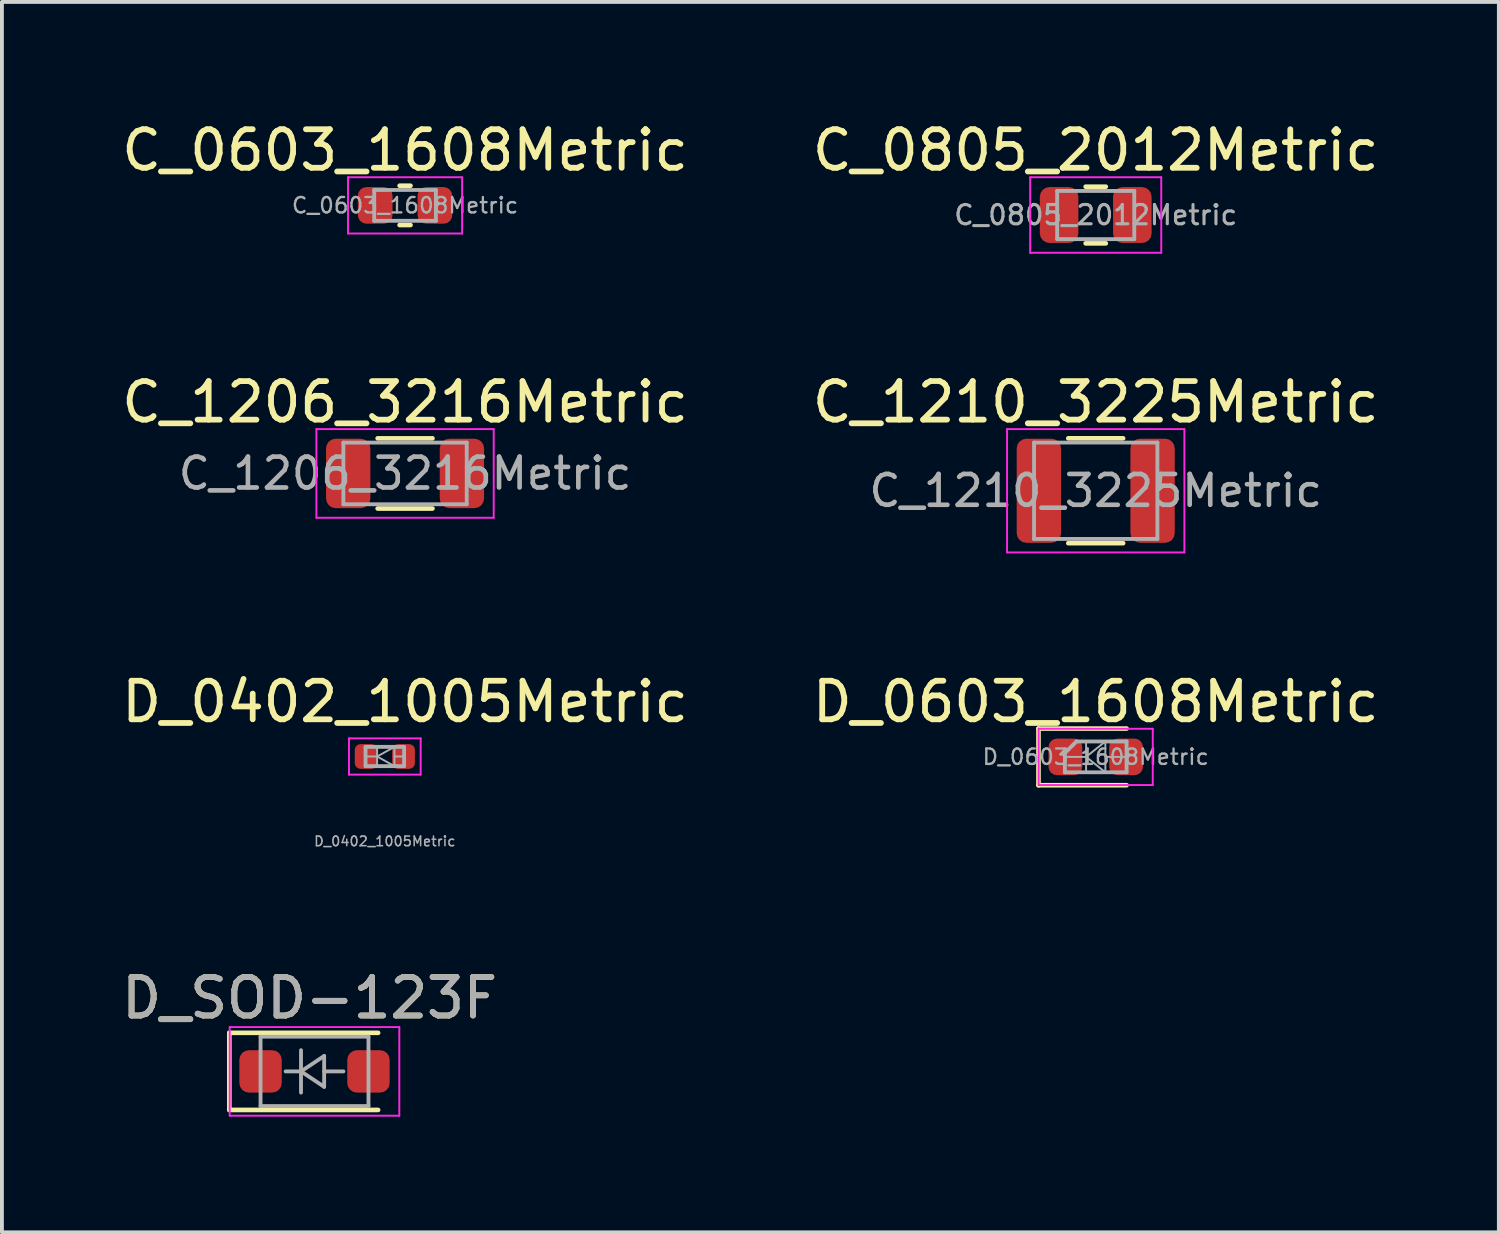
<source format=kicad_pcb>
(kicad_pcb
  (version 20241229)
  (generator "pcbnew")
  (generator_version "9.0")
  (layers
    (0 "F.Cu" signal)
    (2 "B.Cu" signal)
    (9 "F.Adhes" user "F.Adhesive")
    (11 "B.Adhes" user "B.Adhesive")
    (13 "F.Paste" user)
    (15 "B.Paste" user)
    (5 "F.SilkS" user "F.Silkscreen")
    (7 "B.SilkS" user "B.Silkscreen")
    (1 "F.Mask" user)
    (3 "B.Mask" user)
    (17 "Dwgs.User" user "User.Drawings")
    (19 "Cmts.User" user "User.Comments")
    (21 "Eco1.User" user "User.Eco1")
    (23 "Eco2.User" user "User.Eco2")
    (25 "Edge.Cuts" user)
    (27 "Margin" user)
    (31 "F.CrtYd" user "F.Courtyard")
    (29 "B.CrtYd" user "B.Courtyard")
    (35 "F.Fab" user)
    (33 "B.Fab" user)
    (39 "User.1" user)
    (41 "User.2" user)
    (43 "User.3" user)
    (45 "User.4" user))
  (footprint "C_1206_3216Metric"
    (layer "F.Cu")
    (at 7.458 9.232)
    (property "Reference" "C_1206_3216Metric" (at 0 -1.85 0) (layer "F.SilkS") (effects (font (size 1 1) (thickness 0.15))))
    (attr smd)
    (fp_line (start -0.711 -0.91) (end 0.711 -0.91) (stroke (width 0.12) (type solid)) (layer "F.SilkS"))
    (fp_line (start -0.711 0.91) (end 0.711 0.91) (stroke (width 0.12) (type solid)) (layer "F.SilkS"))
    (fp_line (start -2.3 -1.15) (end 2.3 -1.15) (stroke (width 0.05) (type solid)) (layer "F.CrtYd"))
    (fp_line (start -2.3 1.15) (end -2.3 -1.15) (stroke (width 0.05) (type solid)) (layer "F.CrtYd"))
    (fp_line (start 2.3 -1.15) (end 2.3 1.15) (stroke (width 0.05) (type solid)) (layer "F.CrtYd"))
    (fp_line (start 2.3 1.15) (end -2.3 1.15) (stroke (width 0.05) (type solid)) (layer "F.CrtYd"))
    (fp_line (start -1.6 -0.8) (end 1.6 -0.8) (stroke (width 0.1) (type solid)) (layer "F.Fab"))
    (fp_line (start -1.6 0.8) (end -1.6 -0.8) (stroke (width 0.1) (type solid)) (layer "F.Fab"))
    (fp_line (start 1.6 -0.8) (end 1.6 0.8) (stroke (width 0.1) (type solid)) (layer "F.Fab"))
    (fp_line (start 1.6 0.8) (end -1.6 0.8) (stroke (width 0.1) (type solid)) (layer "F.Fab"))
    (fp_text user "${REFERENCE}" (at 0 0 0) (layer "F.Fab") (effects (font (size 0.8 0.8) (thickness 0.12))))
    (pad "1" smd roundrect (at -1.475 0) (size 1.15 1.8) (layers "F.Cu" "F.Mask" "F.Paste") (roundrect_rratio 0.217))
    (pad "2" smd roundrect (at 1.475 0) (size 1.15 1.8) (layers "F.Cu" "F.Mask" "F.Paste") (roundrect_rratio 0.217)))
  (footprint "C_0805_2012Metric"
    (layer "F.Cu")
    (at 25.375 2.528)
    (property "Reference" "C_0805_2012Metric" (at 0 -1.68 0) (layer "F.SilkS") (effects (font (size 1 1) (thickness 0.15))))
    (attr smd exclude_from_pos_files)
    (fp_line (start -0.261 -0.735) (end 0.261 -0.735) (stroke (width 0.12) (type solid)) (layer "F.SilkS"))
    (fp_line (start -0.261 0.735) (end 0.261 0.735) (stroke (width 0.12) (type solid)) (layer "F.SilkS"))
    (fp_line (start -1.7 -0.98) (end 1.7 -0.98) (stroke (width 0.05) (type solid)) (layer "F.CrtYd"))
    (fp_line (start -1.7 0.98) (end -1.7 -0.98) (stroke (width 0.05) (type solid)) (layer "F.CrtYd"))
    (fp_line (start 1.7 -0.98) (end 1.7 0.98) (stroke (width 0.05) (type solid)) (layer "F.CrtYd"))
    (fp_line (start 1.7 0.98) (end -1.7 0.98) (stroke (width 0.05) (type solid)) (layer "F.CrtYd"))
    (fp_line (start -1 -0.625) (end 1 -0.625) (stroke (width 0.1) (type solid)) (layer "F.Fab"))
    (fp_line (start -1 0.625) (end -1 -0.625) (stroke (width 0.1) (type solid)) (layer "F.Fab"))
    (fp_line (start 1 -0.625) (end 1 0.625) (stroke (width 0.1) (type solid)) (layer "F.Fab"))
    (fp_line (start 1 0.625) (end -1 0.625) (stroke (width 0.1) (type solid)) (layer "F.Fab"))
    (fp_text user "${REFERENCE}" (at 0 0 0) (layer "F.Fab") (effects (font (size 0.5 0.5) (thickness 0.08))))
    (pad "1" smd roundrect (at -0.95 0 180) (size 1 1.45) (layers "F.Cu" "F.Mask" "F.Paste") (roundrect_rratio 0.25))
    (pad "2" smd roundrect (at 0.95 0 180) (size 1 1.45) (layers "F.Cu" "F.Mask" "F.Paste") (roundrect_rratio 0.25)))
  (footprint "D_0603_1608Metric"
    (layer "F.Cu")
    (at 25.375 16.585)
    (property "Reference" "D_0603_1608Metric" (at 0 -1.43 0) (layer "F.SilkS") (effects (font (size 1 1) (thickness 0.15))))
    (attr smd)
    (fp_line (start -1.485 -0.735) (end -1.485 0.735) (stroke (width 0.12) (type solid)) (layer "F.SilkS"))
    (fp_line (start -1.485 0.735) (end 0.8 0.735) (stroke (width 0.12) (type solid)) (layer "F.SilkS"))
    (fp_line (start 0.8 -0.735) (end -1.485 -0.735) (stroke (width 0.12) (type solid)) (layer "F.SilkS"))
    (fp_line (start -1.48 -0.73) (end 1.48 -0.73) (stroke (width 0.05) (type solid)) (layer "F.CrtYd"))
    (fp_line (start -1.48 0.73) (end -1.48 -0.73) (stroke (width 0.05) (type solid)) (layer "F.CrtYd"))
    (fp_line (start 1.48 -0.73) (end 1.48 0.73) (stroke (width 0.05) (type solid)) (layer "F.CrtYd"))
    (fp_line (start 1.48 0.73) (end -1.48 0.73) (stroke (width 0.05) (type solid)) (layer "F.CrtYd"))
    (fp_line (start -0.8 -0.1) (end -0.8 0.4) (stroke (width 0.1) (type solid)) (layer "F.Fab"))
    (fp_line (start -0.8 0) (end -0.25 0) (stroke (width 0.05) (type solid)) (layer "F.Fab"))
    (fp_line (start -0.8 0.4) (end 0.8 0.4) (stroke (width 0.1) (type solid)) (layer "F.Fab"))
    (fp_line (start -0.5 -0.4) (end -0.8 -0.1) (stroke (width 0.1) (type solid)) (layer "F.Fab"))
    (fp_line (start -0.25 -0.4) (end -0.25 0.4) (stroke (width 0.05) (type solid)) (layer "F.Fab"))
    (fp_line (start -0.25 0) (end 0.25 -0.4) (stroke (width 0.05) (type solid)) (layer "F.Fab"))
    (fp_line (start 0.25 -0.4) (end 0.25 0.4) (stroke (width 0.05) (type solid)) (layer "F.Fab"))
    (fp_line (start 0.25 0) (end 0.8 0) (stroke (width 0.05) (type solid)) (layer "F.Fab"))
    (fp_line (start 0.25 0.4) (end -0.25 0) (stroke (width 0.05) (type solid)) (layer "F.Fab"))
    (fp_line (start 0.8 -0.4) (end -0.5 -0.4) (stroke (width 0.1) (type solid)) (layer "F.Fab"))
    (fp_line (start 0.8 0.4) (end 0.8 -0.4) (stroke (width 0.1) (type solid)) (layer "F.Fab"))
    (fp_text user "${REFERENCE}" (at 0 0 0) (layer "F.Fab") (effects (font (size 0.4 0.4) (thickness 0.06))))
    (pad "1" smd roundrect (at -0.787 0) (size 0.875 0.95) (layers "F.Cu" "F.Mask" "F.Paste") (roundrect_rratio 0.25))
    (pad "2" smd roundrect (at 0.787 0) (size 0.875 0.95) (layers "F.Cu" "F.Mask" "F.Paste") (roundrect_rratio 0.25)))
  (footprint "C_1210_3225Metric"
    (layer "F.Cu")
    (at 25.375 9.681)
    (property "Reference" "C_1210_3225Metric" (at 0 -2.3 0) (layer "F.SilkS") (effects (font (size 1 1) (thickness 0.15))))
    (attr smd)
    (fp_line (start -0.711 -1.36) (end 0.711 -1.36) (stroke (width 0.12) (type solid)) (layer "F.SilkS"))
    (fp_line (start -0.711 1.36) (end 0.711 1.36) (stroke (width 0.12) (type solid)) (layer "F.SilkS"))
    (fp_line (start -2.3 -1.6) (end 2.3 -1.6) (stroke (width 0.05) (type solid)) (layer "F.CrtYd"))
    (fp_line (start -2.3 1.6) (end -2.3 -1.6) (stroke (width 0.05) (type solid)) (layer "F.CrtYd"))
    (fp_line (start 2.3 -1.6) (end 2.3 1.6) (stroke (width 0.05) (type solid)) (layer "F.CrtYd"))
    (fp_line (start 2.3 1.6) (end -2.3 1.6) (stroke (width 0.05) (type solid)) (layer "F.CrtYd"))
    (fp_line (start -1.6 -1.25) (end 1.6 -1.25) (stroke (width 0.1) (type solid)) (layer "F.Fab"))
    (fp_line (start -1.6 1.25) (end -1.6 -1.25) (stroke (width 0.1) (type solid)) (layer "F.Fab"))
    (fp_line (start 1.6 -1.25) (end 1.6 1.25) (stroke (width 0.1) (type solid)) (layer "F.Fab"))
    (fp_line (start 1.6 1.25) (end -1.6 1.25) (stroke (width 0.1) (type solid)) (layer "F.Fab"))
    (fp_text user "${REFERENCE}" (at 0 0 0) (layer "F.Fab") (effects (font (size 0.8 0.8) (thickness 0.12))))
    (pad "1" smd roundrect (at -1.475 0) (size 1.15 2.7) (layers "F.Cu" "F.Mask" "F.Paste") (roundrect_rratio 0.217))
    (pad "2" smd roundrect (at 1.475 0) (size 1.15 2.7) (layers "F.Cu" "F.Mask" "F.Paste") (roundrect_rratio 0.217)))
  (footprint "D_0402_1005Metric"
    (layer "F.Cu")
    (at 6.933 16.575)
    (property "Reference" "D_0402_1005Metric" (at 0.525 -1.42 0) (layer "F.SilkS") (effects (font (size 1 1) (thickness 0.15))))
    (attr smd)
    (fp_line (start -0.93 -0.47) (end 0.93 -0.47) (stroke (width 0.05) (type solid)) (layer "F.CrtYd"))
    (fp_line (start -0.93 0.47) (end -0.93 -0.47) (stroke (width 0.05) (type solid)) (layer "F.CrtYd"))
    (fp_line (start 0.93 -0.47) (end 0.93 0.47) (stroke (width 0.05) (type solid)) (layer "F.CrtYd"))
    (fp_line (start 0.93 0.47) (end -0.93 0.47) (stroke (width 0.05) (type solid)) (layer "F.CrtYd"))
    (fp_line (start -0.5 -0.25) (end 0.5 -0.25) (stroke (width 0.1) (type solid)) (layer "F.Fab"))
    (fp_line (start -0.5 0) (end -0.2 0) (stroke (width 0.05) (type solid)) (layer "F.Fab"))
    (fp_line (start -0.5 0.25) (end -0.5 -0.25) (stroke (width 0.1) (type solid)) (layer "F.Fab"))
    (fp_line (start -0.2 -0.25) (end -0.2 0.25) (stroke (width 0.05) (type solid)) (layer "F.Fab"))
    (fp_line (start -0.2 0) (end 0.25 -0.25) (stroke (width 0.05) (type solid)) (layer "F.Fab"))
    (fp_line (start 0.25 -0.25) (end 0.25 0.25) (stroke (width 0.05) (type solid)) (layer "F.Fab"))
    (fp_line (start 0.25 0) (end 0.5 0) (stroke (width 0.05) (type solid)) (layer "F.Fab"))
    (fp_line (start 0.25 0.25) (end -0.2 0) (stroke (width 0.05) (type solid)) (layer "F.Fab"))
    (fp_line (start 0.5 -0.25) (end 0.5 0.25) (stroke (width 0.1) (type solid)) (layer "F.Fab"))
    (fp_line (start 0.5 0.25) (end -0.5 0.25) (stroke (width 0.1) (type solid)) (layer "F.Fab"))
    (fp_text user "${REFERENCE}" (at 0 2.2 0) (layer "F.Fab") (effects (font (size 0.25 0.25) (thickness 0.04))))
    (pad "1" smd roundrect (at -0.485 0) (size 0.59 0.64) (layers "F.Cu" "F.Mask" "F.Paste") (roundrect_rratio 0.25))
    (pad "2" smd roundrect (at 0.485 0) (size 0.59 0.64) (layers "F.Cu" "F.Mask" "F.Paste") (roundrect_rratio 0.25)))
  (footprint "D_SOD-123F"
    (layer "F.Cu")
    (at 5.109 24.744)
    (property "Reference" "D_SOD-123F" (at -0.127 -1.905 0) (layer "F.SilkS") (effects (font (size 1 1) (thickness 0.15))))
    (attr smd)
    (fp_line (start -2.21 -1) (end -2.21 1) (stroke (width 0.12) (type solid)) (layer "F.SilkS"))
    (fp_line (start -2.21 -1) (end 1.65 -1) (stroke (width 0.12) (type solid)) (layer "F.SilkS"))
    (fp_line (start -2.21 1) (end 1.65 1) (stroke (width 0.12) (type solid)) (layer "F.SilkS"))
    (fp_line (start -2.2 -1.15) (end -2.2 1.15) (stroke (width 0.05) (type solid)) (layer "F.CrtYd"))
    (fp_line (start -2.2 -1.15) (end 2.2 -1.15) (stroke (width 0.05) (type solid)) (layer "F.CrtYd"))
    (fp_line (start 2.2 -1.15) (end 2.2 1.15) (stroke (width 0.05) (type solid)) (layer "F.CrtYd"))
    (fp_line (start 2.2 1.15) (end -2.2 1.15) (stroke (width 0.05) (type solid)) (layer "F.CrtYd"))
    (fp_line (start -1.4 -0.9) (end 1.4 -0.9) (stroke (width 0.1) (type solid)) (layer "F.Fab"))
    (fp_line (start -1.4 0.9) (end -1.4 -0.9) (stroke (width 0.1) (type solid)) (layer "F.Fab"))
    (fp_line (start -0.75 0) (end -0.35 0) (stroke (width 0.1) (type solid)) (layer "F.Fab"))
    (fp_line (start -0.35 0) (end -0.35 -0.55) (stroke (width 0.1) (type solid)) (layer "F.Fab"))
    (fp_line (start -0.35 0) (end -0.35 0.55) (stroke (width 0.1) (type solid)) (layer "F.Fab"))
    (fp_line (start -0.35 0) (end 0.25 -0.4) (stroke (width 0.1) (type solid)) (layer "F.Fab"))
    (fp_line (start 0.25 -0.4) (end 0.25 0.4) (stroke (width 0.1) (type solid)) (layer "F.Fab"))
    (fp_line (start 0.25 0) (end 0.75 0) (stroke (width 0.1) (type solid)) (layer "F.Fab"))
    (fp_line (start 0.25 0.4) (end -0.35 0) (stroke (width 0.1) (type solid)) (layer "F.Fab"))
    (fp_line (start 1.4 -0.9) (end 1.4 0.9) (stroke (width 0.1) (type solid)) (layer "F.Fab"))
    (fp_line (start 1.4 0.9) (end -1.4 0.9) (stroke (width 0.1) (type solid)) (layer "F.Fab"))
    (fp_text user "${REFERENCE}" (at -0.127 -1.905 0) (layer "F.Fab") (effects (font (size 1 1) (thickness 0.15))))
    (pad "1" smd roundrect (at -1.4 0) (size 1.1 1.1) (layers "F.Cu" "F.Mask" "F.Paste") (roundrect_rratio 0.227))
    (pad "2" smd roundrect (at 1.4 0) (size 1.1 1.1) (layers "F.Cu" "F.Mask" "F.Paste") (roundrect_rratio 0.227)))
  (footprint "C_0603_1608Metric"
    (layer "F.Cu")
    (at 7.458 2.278)
    (property "Reference" "C_0603_1608Metric" (at 0 -1.43 0) (layer "F.SilkS") (effects (font (size 1 1) (thickness 0.15))))
    (attr smd)
    (fp_line (start -0.141 -0.51) (end 0.141 -0.51) (stroke (width 0.12) (type solid)) (layer "F.SilkS"))
    (fp_line (start -0.141 0.51) (end 0.141 0.51) (stroke (width 0.12) (type solid)) (layer "F.SilkS"))
    (fp_line (start -1.48 -0.73) (end 1.48 -0.73) (stroke (width 0.05) (type solid)) (layer "F.CrtYd"))
    (fp_line (start -1.48 0.73) (end -1.48 -0.73) (stroke (width 0.05) (type solid)) (layer "F.CrtYd"))
    (fp_line (start 1.48 -0.73) (end 1.48 0.73) (stroke (width 0.05) (type solid)) (layer "F.CrtYd"))
    (fp_line (start 1.48 0.73) (end -1.48 0.73) (stroke (width 0.05) (type solid)) (layer "F.CrtYd"))
    (fp_line (start -0.8 -0.4) (end 0.8 -0.4) (stroke (width 0.1) (type solid)) (layer "F.Fab"))
    (fp_line (start -0.8 0.4) (end -0.8 -0.4) (stroke (width 0.1) (type solid)) (layer "F.Fab"))
    (fp_line (start 0.8 -0.4) (end 0.8 0.4) (stroke (width 0.1) (type solid)) (layer "F.Fab"))
    (fp_line (start 0.8 0.4) (end -0.8 0.4) (stroke (width 0.1) (type solid)) (layer "F.Fab"))
    (fp_text user "${REFERENCE}" (at 0 0 0) (layer "F.Fab") (effects (font (size 0.4 0.4) (thickness 0.06))))
    (pad "1" smd roundrect (at -0.775 0 180) (size 0.9 0.95) (layers "F.Cu" "F.Mask" "F.Paste") (roundrect_rratio 0.25))
    (pad "2" smd roundrect (at 0.775 0 180) (size 0.9 0.95) (layers "F.Cu" "F.Mask" "F.Paste") (roundrect_rratio 0.25)))
  (gr_rect
    (start -3 -3)
    (end 35.833 28.919)
    (stroke (width 0.1) (type default))
    (fill no)
    (layer "Edge.Cuts")))
</source>
